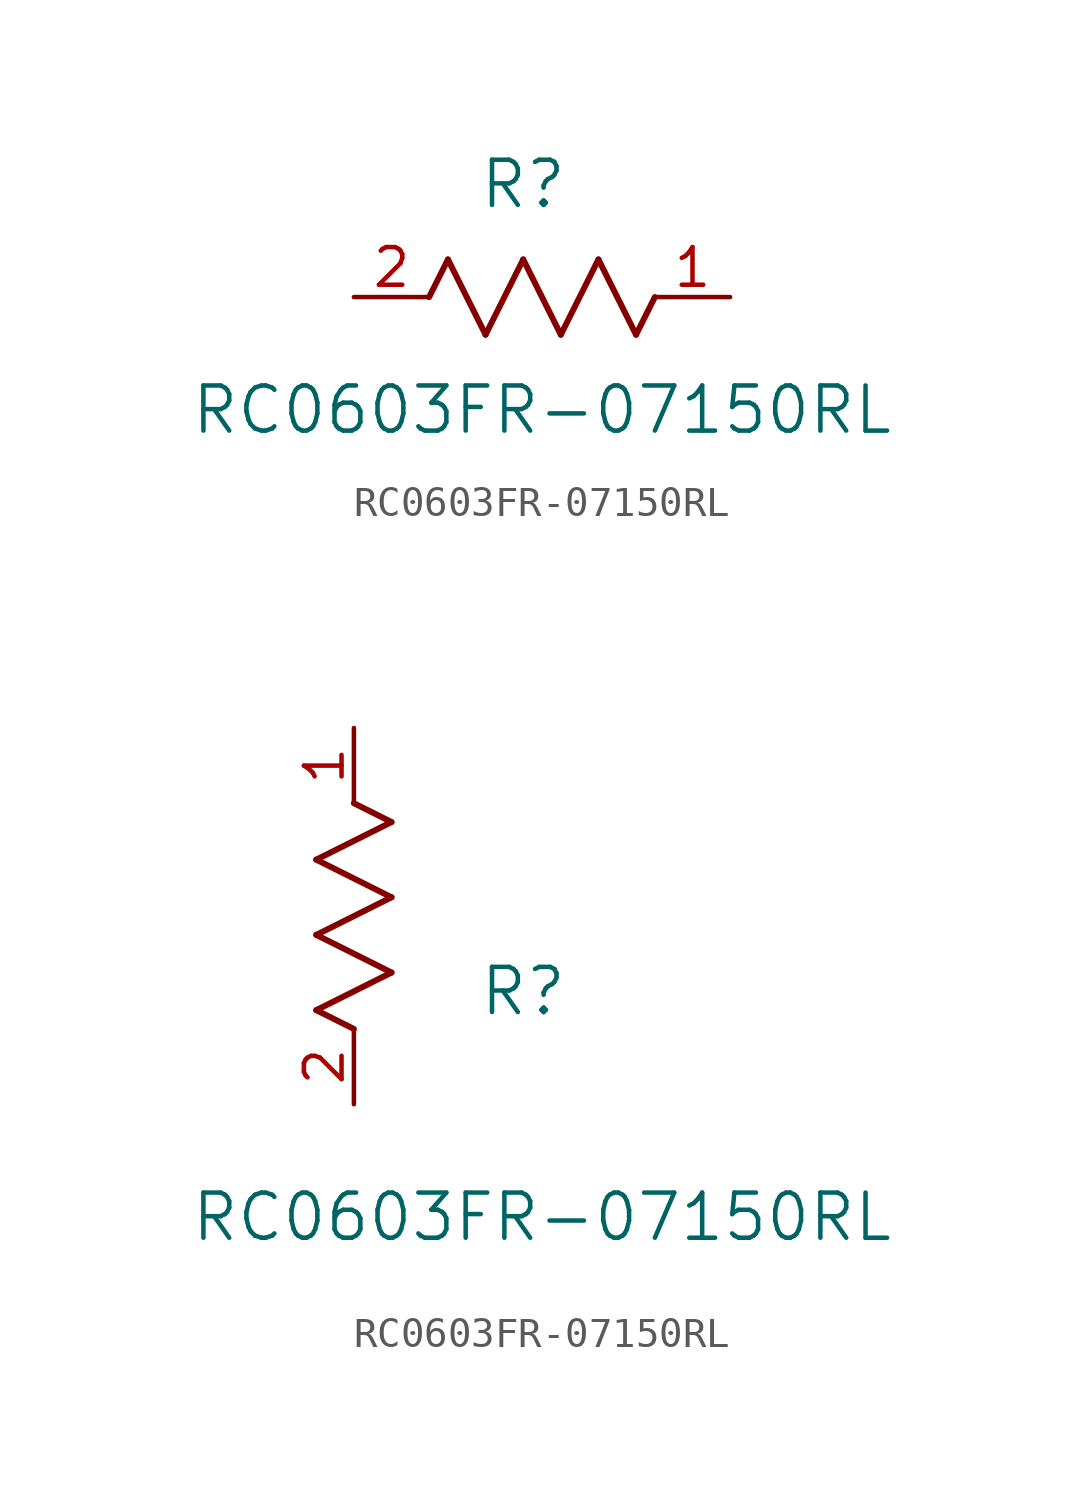
<source format=kicad_sym>
(kicad_symbol_lib
  (version 20241209)
  (generator "kicad_symbol_editor")
  (generator_version "9.0")
  (symbol "RC0603FR-07150RL"
    (pin_names
      (offset 0.254))
    (property "Reference" "R"
      (at 5.715 3.81 0)
      (effects (font (size 1.524 1.524))))
    (property "Value" "RC0603FR-07150RL"
      (at 6.35 -3.81 0)
      (effects (font (size 1.524 1.524))))
    (symbol "RC0603FR-07150RL_1_1"
      (polyline (pts (xy 2.54 0) (xy 3.175 1.27)) (stroke (width 0.203) (type default)) (fill (type none)))
      (polyline (pts (xy 3.175 1.27) (xy 4.445 -1.27)) (stroke (width 0.203) (type default)) (fill (type none)))
      (polyline (pts (xy 4.445 -1.27) (xy 5.715 1.27)) (stroke (width 0.203) (type default)) (fill (type none)))
      (polyline (pts (xy 5.715 1.27) (xy 6.985 -1.27)) (stroke (width 0.203) (type default)) (fill (type none)))
      (polyline (pts (xy 6.985 -1.27) (xy 8.255 1.27)) (stroke (width 0.203) (type default)) (fill (type none)))
      (polyline (pts (xy 8.255 1.27) (xy 9.525 -1.27)) (stroke (width 0.203) (type default)) (fill (type none)))
      (polyline (pts (xy 9.525 -1.27) (xy 10.16 0)) (stroke (width 0.203) (type default)) (fill (type none)))
      (pin unspecified line (at 0 0 0) (length 2.54) (name "" (effects (font (size 1.27 1.27)))) (number "2" (effects (font (size 1.27 1.27)))))
      (pin unspecified line (at 12.7 0 180) (length 2.54) (name "" (effects (font (size 1.27 1.27)))) (number "1" (effects (font (size 1.27 1.27))))))
    (symbol "RC0603FR-07150RL_1_2"
      (polyline (pts (xy -1.27 8.255) (xy 1.27 9.525)) (stroke (width 0.203) (type default)) (fill (type none)))
      (polyline (pts (xy -1.27 5.715) (xy 1.27 6.985)) (stroke (width 0.203) (type default)) (fill (type none)))
      (polyline (pts (xy -1.27 3.175) (xy 1.27 4.445)) (stroke (width 0.203) (type default)) (fill (type none)))
      (polyline (pts (xy 0 2.54) (xy -1.27 3.175)) (stroke (width 0.203) (type default)) (fill (type none)))
      (polyline (pts (xy 1.27 9.525) (xy 0 10.16)) (stroke (width 0.203) (type default)) (fill (type none)))
      (polyline (pts (xy 1.27 6.985) (xy -1.27 8.255)) (stroke (width 0.203) (type default)) (fill (type none)))
      (polyline (pts (xy 1.27 4.445) (xy -1.27 5.715)) (stroke (width 0.203) (type default)) (fill (type none)))
      (pin unspecified line (at 0 12.7 270) (length 2.54) (name "" (effects (font (size 1.27 1.27)))) (number "1" (effects (font (size 1.27 1.27)))))
      (pin unspecified line (at 0 0 90) (length 2.54) (name "" (effects (font (size 1.27 1.27)))) (number "2" (effects (font (size 1.27 1.27))))))))
</source>
